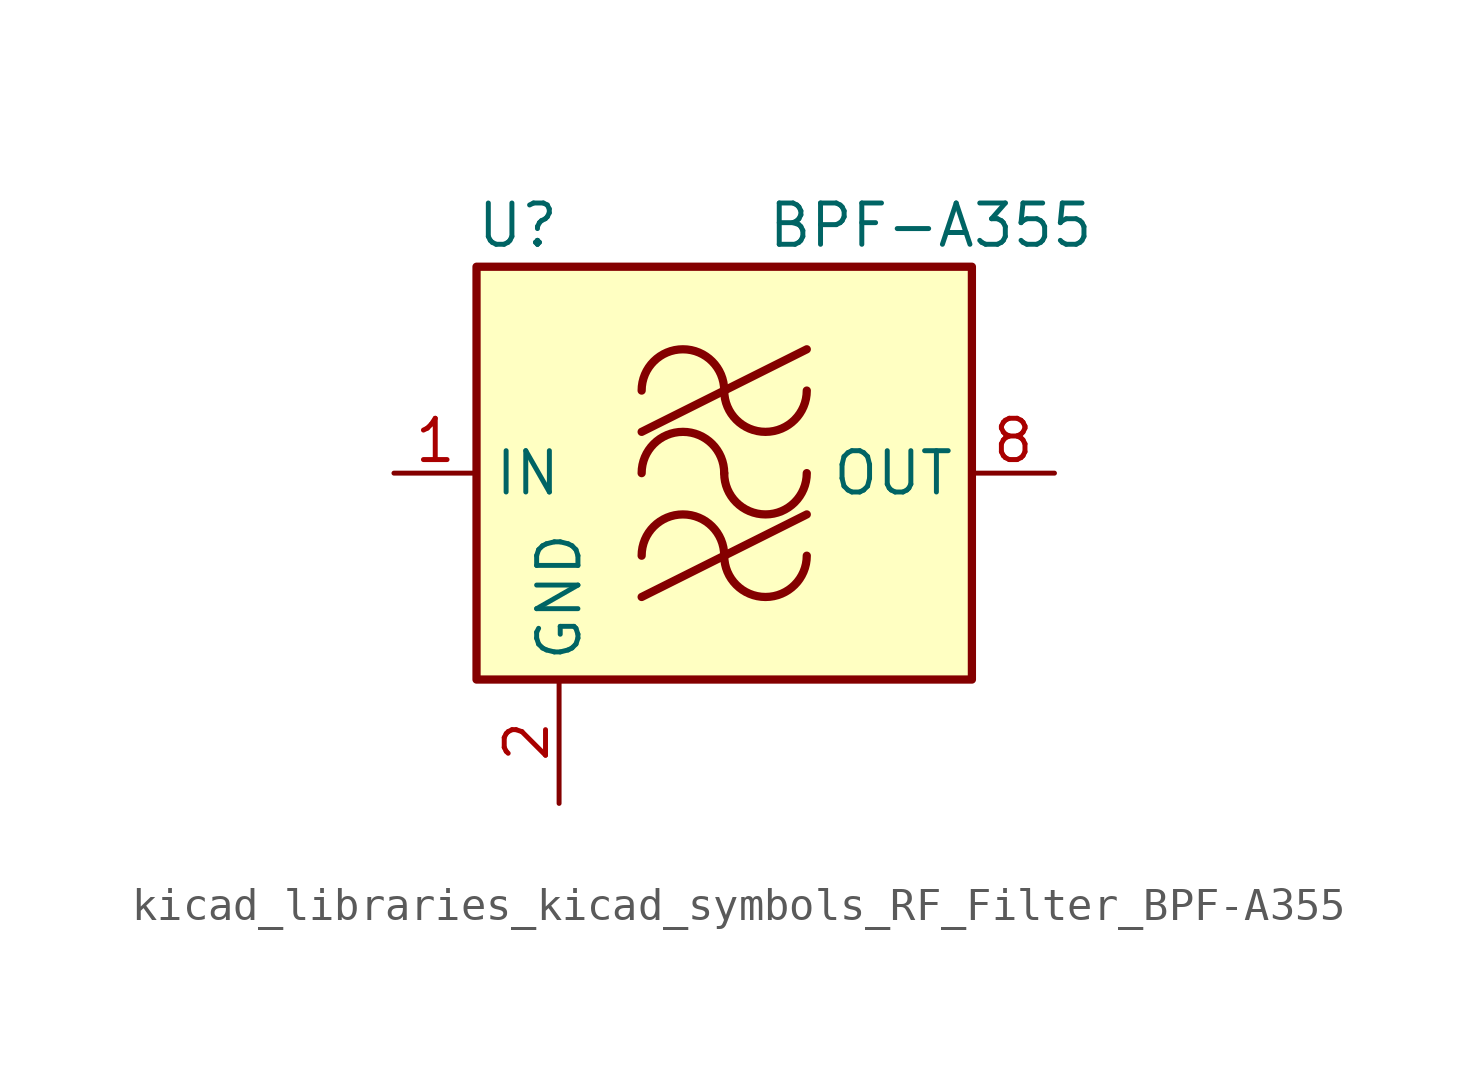
<source format=kicad_sym>
(kicad_symbol_lib
  (version 20220914)
  (generator kicad_symbol_editor)
  (symbol "kicad_libraries_kicad_symbols_RF_Filter_BPF-A355"
    (property "Reference" "U"
      (at -6.35 7.62 0)
      (effects (font (size 1.27 1.27))))
    (property "Value" "BPF-A355"
      (at 6.35 7.62 0)
      (effects (font (size 1.27 1.27))))
    (symbol "kicad_libraries_kicad_symbols_RF_Filter_BPF-A355_0_1"
      (rectangle (start -7.62 6.35) (end 7.62 -6.35) (stroke (width 0.254) (type default)) (fill (type background)))
      (arc (start 0 -2.54) (mid -1.27 -1.2755) (end -2.54 -2.54) (stroke (width 0.254) (type default)) (fill (type none)))
      (arc (start 0 -2.54) (mid 1.27 -3.8045) (end 2.54 -2.54) (stroke (width 0.254) (type default)) (fill (type none)))
      (arc (start 0 0) (mid -1.27 1.2645) (end -2.54 0) (stroke (width 0.254) (type default)) (fill (type none)))
      (polyline (pts (xy -2.54 -3.81) (xy 2.54 -1.27)) (stroke (width 0.254) (type default)) (fill (type none)))
      (polyline (pts (xy -2.54 1.27) (xy 2.54 3.81)) (stroke (width 0.254) (type default)) (fill (type none)))
      (arc (start 0 0) (mid 1.27 -1.2645) (end 2.54 0) (stroke (width 0.254) (type default)) (fill (type none)))
      (arc (start 0 2.54) (mid -1.27 3.8045) (end -2.54 2.54) (stroke (width 0.254) (type default)) (fill (type none)))
      (arc (start 0 2.54) (mid 1.27 1.2755) (end 2.54 2.54) (stroke (width 0.254) (type default)) (fill (type none))))
    (symbol "kicad_libraries_kicad_symbols_RF_Filter_BPF-A355_1_1"
      (pin input line (at -10.16 0 0) (length 2.54) (name "IN" (effects (font (size 1.27 1.27)))) (number "1" (effects (font (size 1.27 1.27)))))
      (pin passive line (at -5.08 -10.16 90) (length 3.81) hide (name "GND" (effects (font (size 1.27 1.27)))) (number "10" (effects (font (size 1.27 1.27)))))
      (pin passive line (at -5.08 -10.16 90) (length 3.81) hide (name "GND" (effects (font (size 1.27 1.27)))) (number "11" (effects (font (size 1.27 1.27)))))
      (pin passive line (at -5.08 -10.16 90) (length 3.81) hide (name "GND" (effects (font (size 1.27 1.27)))) (number "12" (effects (font (size 1.27 1.27)))))
      (pin passive line (at -5.08 -10.16 90) (length 3.81) hide (name "GND" (effects (font (size 1.27 1.27)))) (number "13" (effects (font (size 1.27 1.27)))))
      (pin passive line (at -5.08 -10.16 90) (length 3.81) hide (name "GND" (effects (font (size 1.27 1.27)))) (number "14" (effects (font (size 1.27 1.27)))))
      (pin power_in line (at -5.08 -10.16 90) (length 3.81) (name "GND" (effects (font (size 1.27 1.27)))) (number "2" (effects (font (size 1.27 1.27)))))
      (pin passive line (at -5.08 -10.16 90) (length 3.81) hide (name "GND" (effects (font (size 1.27 1.27)))) (number "3" (effects (font (size 1.27 1.27)))))
      (pin passive line (at -5.08 -10.16 90) (length 3.81) hide (name "GND" (effects (font (size 1.27 1.27)))) (number "4" (effects (font (size 1.27 1.27)))))
      (pin passive line (at -5.08 -10.16 90) (length 3.81) hide (name "GND" (effects (font (size 1.27 1.27)))) (number "5" (effects (font (size 1.27 1.27)))))
      (pin passive line (at -5.08 -10.16 90) (length 3.81) hide (name "GND" (effects (font (size 1.27 1.27)))) (number "6" (effects (font (size 1.27 1.27)))))
      (pin passive line (at -5.08 -10.16 90) (length 3.81) hide (name "GND" (effects (font (size 1.27 1.27)))) (number "7" (effects (font (size 1.27 1.27)))))
      (pin output line (at 10.16 0 180) (length 2.54) (name "OUT" (effects (font (size 1.27 1.27)))) (number "8" (effects (font (size 1.27 1.27)))))
      (pin passive line (at -5.08 -10.16 90) (length 3.81) hide (name "GND" (effects (font (size 1.27 1.27)))) (number "9" (effects (font (size 1.27 1.27))))))))
</source>
